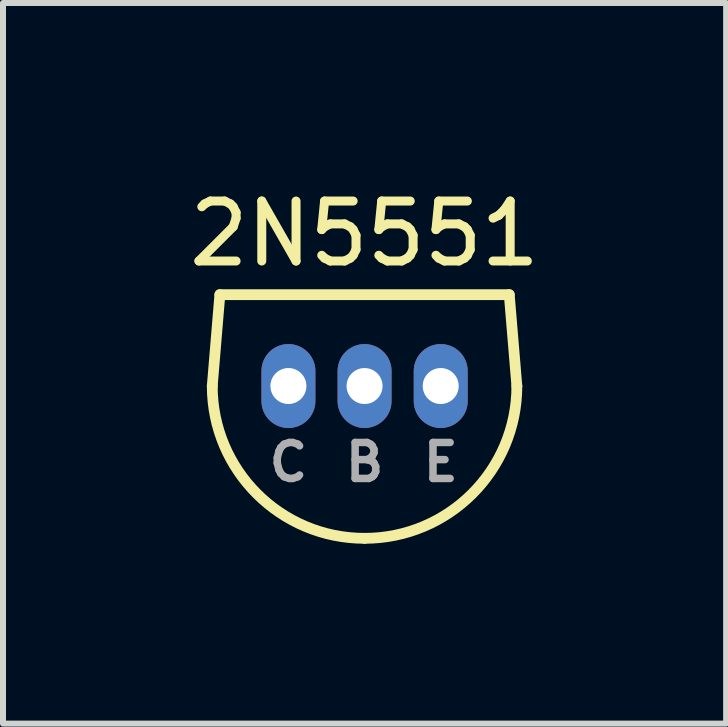
<source format=kicad_pcb>
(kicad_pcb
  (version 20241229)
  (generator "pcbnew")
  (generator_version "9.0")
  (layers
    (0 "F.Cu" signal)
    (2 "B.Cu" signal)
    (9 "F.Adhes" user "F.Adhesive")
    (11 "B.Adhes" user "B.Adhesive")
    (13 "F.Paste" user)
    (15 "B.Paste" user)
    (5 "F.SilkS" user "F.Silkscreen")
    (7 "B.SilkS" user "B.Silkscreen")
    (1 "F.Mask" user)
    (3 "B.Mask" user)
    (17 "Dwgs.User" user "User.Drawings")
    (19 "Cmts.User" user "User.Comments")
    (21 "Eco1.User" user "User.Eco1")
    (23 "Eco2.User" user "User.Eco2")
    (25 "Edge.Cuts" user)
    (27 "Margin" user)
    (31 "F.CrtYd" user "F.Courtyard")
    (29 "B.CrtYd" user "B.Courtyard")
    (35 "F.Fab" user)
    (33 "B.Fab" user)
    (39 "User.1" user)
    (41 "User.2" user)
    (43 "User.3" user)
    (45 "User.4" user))
  (footprint "2N5551"
    (layer "F.Cu")
    (at 3.03 3.388)
    (property "Reference" "2N5551" (at 0 -2.54 0) (layer "F.SilkS") (effects (font (size 1 1) (thickness 0.15))))
    (attr through_hole)
    (fp_line (start -2.54 0) (end -2.413 -1.524) (stroke (width 0.18) (type solid)) (layer "F.SilkS"))
    (fp_line (start -2.413 -1.524) (end 2.413 -1.524) (stroke (width 0.18) (type solid)) (layer "F.SilkS"))
    (fp_line (start 2.54 0) (end 2.413 -1.524) (stroke (width 0.18) (type solid)) (layer "F.SilkS"))
    (fp_arc (start 0 2.54) (mid -1.796051 1.796051) (end -2.54 0) (stroke (width 0.18) (type solid)) (layer "F.SilkS"))
    (fp_arc (start 2.54 0) (mid 1.796051 1.796051) (end 0 2.54) (stroke (width 0.18) (type solid)) (layer "F.SilkS"))
    (fp_text user "C" (at -1.27 1.27 0) (layer "F.Fab") (effects (font (size 0.6 0.6) (thickness 0.125))))
    (fp_text user "E" (at 1.27 1.27 0) (layer "F.Fab") (effects (font (size 0.6 0.6) (thickness 0.125))))
    (fp_text user "B" (at 0 1.27 0) (layer "F.Fab") (effects (font (size 0.6 0.6) (thickness 0.125))))
    (pad "1" thru_hole oval (at -1.27 0) (size 0.9 1.4) (drill 0.6) (layers "*.Cu" "*.Mask"))
    (pad "2" thru_hole oval (at 0 0) (size 0.9 1.4) (drill 0.6) (layers "*.Cu" "*.Mask"))
    (pad "3" thru_hole oval (at 1.27 0) (size 0.9 1.4) (drill 0.6) (layers "*.Cu" "*.Mask")))
  (gr_rect
    (start -3 -3)
    (end 9.06 9.018)
    (stroke (width 0.1) (type default))
    (fill no)
    (layer "Edge.Cuts")))
</source>
